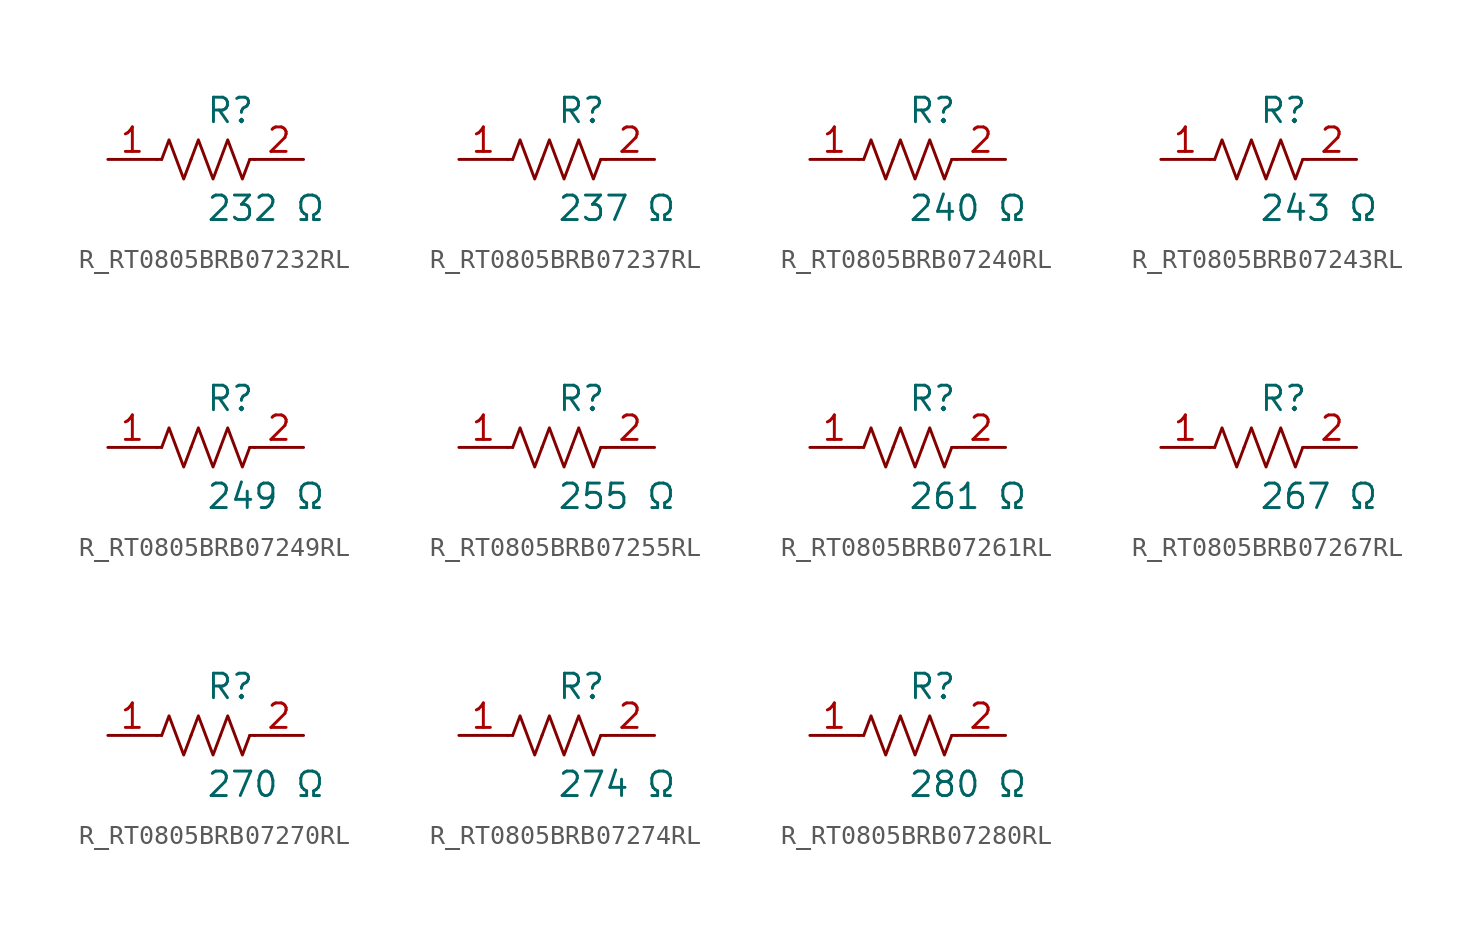
<source format=kicad_sym>
(kicad_symbol_lib
  (version 20231120)
  (generator kicad_symbol_editor)
  (generator_version 8.0)
  (symbol "R_RT0805BRB07232RL"
    (pin_names
      (offset 0.254))
    (property "Reference" "R"
      (at 0.0 2.54 0)
      (effects (font (size 1.27 1.27)) (justify left)))
    (property "Value" "232 Ω"
      (at 0.0 -2.54 0)
      (effects (font (size 1.27 1.27)) (justify left)))
    (symbol "R_RT0805BRB07232RL_0_1"
      (polyline (pts (xy 2.286 0) (xy 2.54 0)) (stroke (width 0) (type default)) (fill (type none)))
      (polyline (pts (xy -2.286 0) (xy -2.54 0)) (stroke (width 0) (type default)) (fill (type none)))
      (polyline (pts (xy 0.762 0) (xy 1.143 1.016) (xy 1.524 0) (xy 1.905 -1.016) (xy 2.286 0)) (stroke (width 0) (type default)) (fill (type none)))
      (polyline (pts (xy -0.762 0) (xy -0.381 1.016) (xy 0 0) (xy 0.381 -1.016) (xy 0.762 0)) (stroke (width 0) (type default)) (fill (type none)))
      (polyline (pts (xy -2.286 0) (xy -1.905 1.016) (xy -1.524 0) (xy -1.143 -1.016) (xy -0.762 0)) (stroke (width 0) (type default)) (fill (type none))))
    (pin unspecified line
      (at -5.08 0 0)
      (length 2.54)
      (name "" (effects (font (size 1.27 1.27))))
      (number "1" (effects (font (size 1.27 1.27)))))
    (pin unspecified line
      (at 5.08 0 180)
      (length 2.54)
      (name "" (effects (font (size 1.27 1.27))))
      (number "2" (effects (font (size 1.27 1.27))))))
  (symbol "R_RT0805BRB07237RL"
    (pin_names
      (offset 0.254))
    (property "Reference" "R"
      (at 0.0 2.54 0)
      (effects (font (size 1.27 1.27)) (justify left)))
    (property "Value" "237 Ω"
      (at 0.0 -2.54 0)
      (effects (font (size 1.27 1.27)) (justify left)))
    (symbol "R_RT0805BRB07237RL_0_1"
      (polyline (pts (xy 2.286 0) (xy 2.54 0)) (stroke (width 0) (type default)) (fill (type none)))
      (polyline (pts (xy -2.286 0) (xy -2.54 0)) (stroke (width 0) (type default)) (fill (type none)))
      (polyline (pts (xy 0.762 0) (xy 1.143 1.016) (xy 1.524 0) (xy 1.905 -1.016) (xy 2.286 0)) (stroke (width 0) (type default)) (fill (type none)))
      (polyline (pts (xy -0.762 0) (xy -0.381 1.016) (xy 0 0) (xy 0.381 -1.016) (xy 0.762 0)) (stroke (width 0) (type default)) (fill (type none)))
      (polyline (pts (xy -2.286 0) (xy -1.905 1.016) (xy -1.524 0) (xy -1.143 -1.016) (xy -0.762 0)) (stroke (width 0) (type default)) (fill (type none))))
    (pin unspecified line
      (at -5.08 0 0)
      (length 2.54)
      (name "" (effects (font (size 1.27 1.27))))
      (number "1" (effects (font (size 1.27 1.27)))))
    (pin unspecified line
      (at 5.08 0 180)
      (length 2.54)
      (name "" (effects (font (size 1.27 1.27))))
      (number "2" (effects (font (size 1.27 1.27))))))
  (symbol "R_RT0805BRB07240RL"
    (pin_names
      (offset 0.254))
    (property "Reference" "R"
      (at 0.0 2.54 0)
      (effects (font (size 1.27 1.27)) (justify left)))
    (property "Value" "240 Ω"
      (at 0.0 -2.54 0)
      (effects (font (size 1.27 1.27)) (justify left)))
    (symbol "R_RT0805BRB07240RL_0_1"
      (polyline (pts (xy 2.286 0) (xy 2.54 0)) (stroke (width 0) (type default)) (fill (type none)))
      (polyline (pts (xy -2.286 0) (xy -2.54 0)) (stroke (width 0) (type default)) (fill (type none)))
      (polyline (pts (xy 0.762 0) (xy 1.143 1.016) (xy 1.524 0) (xy 1.905 -1.016) (xy 2.286 0)) (stroke (width 0) (type default)) (fill (type none)))
      (polyline (pts (xy -0.762 0) (xy -0.381 1.016) (xy 0 0) (xy 0.381 -1.016) (xy 0.762 0)) (stroke (width 0) (type default)) (fill (type none)))
      (polyline (pts (xy -2.286 0) (xy -1.905 1.016) (xy -1.524 0) (xy -1.143 -1.016) (xy -0.762 0)) (stroke (width 0) (type default)) (fill (type none))))
    (pin unspecified line
      (at -5.08 0 0)
      (length 2.54)
      (name "" (effects (font (size 1.27 1.27))))
      (number "1" (effects (font (size 1.27 1.27)))))
    (pin unspecified line
      (at 5.08 0 180)
      (length 2.54)
      (name "" (effects (font (size 1.27 1.27))))
      (number "2" (effects (font (size 1.27 1.27))))))
  (symbol "R_RT0805BRB07243RL"
    (pin_names
      (offset 0.254))
    (property "Reference" "R"
      (at 0.0 2.54 0)
      (effects (font (size 1.27 1.27)) (justify left)))
    (property "Value" "243 Ω"
      (at 0.0 -2.54 0)
      (effects (font (size 1.27 1.27)) (justify left)))
    (symbol "R_RT0805BRB07243RL_0_1"
      (polyline (pts (xy 2.286 0) (xy 2.54 0)) (stroke (width 0) (type default)) (fill (type none)))
      (polyline (pts (xy -2.286 0) (xy -2.54 0)) (stroke (width 0) (type default)) (fill (type none)))
      (polyline (pts (xy 0.762 0) (xy 1.143 1.016) (xy 1.524 0) (xy 1.905 -1.016) (xy 2.286 0)) (stroke (width 0) (type default)) (fill (type none)))
      (polyline (pts (xy -0.762 0) (xy -0.381 1.016) (xy 0 0) (xy 0.381 -1.016) (xy 0.762 0)) (stroke (width 0) (type default)) (fill (type none)))
      (polyline (pts (xy -2.286 0) (xy -1.905 1.016) (xy -1.524 0) (xy -1.143 -1.016) (xy -0.762 0)) (stroke (width 0) (type default)) (fill (type none))))
    (pin unspecified line
      (at -5.08 0 0)
      (length 2.54)
      (name "" (effects (font (size 1.27 1.27))))
      (number "1" (effects (font (size 1.27 1.27)))))
    (pin unspecified line
      (at 5.08 0 180)
      (length 2.54)
      (name "" (effects (font (size 1.27 1.27))))
      (number "2" (effects (font (size 1.27 1.27))))))
  (symbol "R_RT0805BRB07249RL"
    (pin_names
      (offset 0.254))
    (property "Reference" "R"
      (at 0.0 2.54 0)
      (effects (font (size 1.27 1.27)) (justify left)))
    (property "Value" "249 Ω"
      (at 0.0 -2.54 0)
      (effects (font (size 1.27 1.27)) (justify left)))
    (symbol "R_RT0805BRB07249RL_0_1"
      (polyline (pts (xy 2.286 0) (xy 2.54 0)) (stroke (width 0) (type default)) (fill (type none)))
      (polyline (pts (xy -2.286 0) (xy -2.54 0)) (stroke (width 0) (type default)) (fill (type none)))
      (polyline (pts (xy 0.762 0) (xy 1.143 1.016) (xy 1.524 0) (xy 1.905 -1.016) (xy 2.286 0)) (stroke (width 0) (type default)) (fill (type none)))
      (polyline (pts (xy -0.762 0) (xy -0.381 1.016) (xy 0 0) (xy 0.381 -1.016) (xy 0.762 0)) (stroke (width 0) (type default)) (fill (type none)))
      (polyline (pts (xy -2.286 0) (xy -1.905 1.016) (xy -1.524 0) (xy -1.143 -1.016) (xy -0.762 0)) (stroke (width 0) (type default)) (fill (type none))))
    (pin unspecified line
      (at -5.08 0 0)
      (length 2.54)
      (name "" (effects (font (size 1.27 1.27))))
      (number "1" (effects (font (size 1.27 1.27)))))
    (pin unspecified line
      (at 5.08 0 180)
      (length 2.54)
      (name "" (effects (font (size 1.27 1.27))))
      (number "2" (effects (font (size 1.27 1.27))))))
  (symbol "R_RT0805BRB07255RL"
    (pin_names
      (offset 0.254))
    (property "Reference" "R"
      (at 0.0 2.54 0)
      (effects (font (size 1.27 1.27)) (justify left)))
    (property "Value" "255 Ω"
      (at 0.0 -2.54 0)
      (effects (font (size 1.27 1.27)) (justify left)))
    (symbol "R_RT0805BRB07255RL_0_1"
      (polyline (pts (xy 2.286 0) (xy 2.54 0)) (stroke (width 0) (type default)) (fill (type none)))
      (polyline (pts (xy -2.286 0) (xy -2.54 0)) (stroke (width 0) (type default)) (fill (type none)))
      (polyline (pts (xy 0.762 0) (xy 1.143 1.016) (xy 1.524 0) (xy 1.905 -1.016) (xy 2.286 0)) (stroke (width 0) (type default)) (fill (type none)))
      (polyline (pts (xy -0.762 0) (xy -0.381 1.016) (xy 0 0) (xy 0.381 -1.016) (xy 0.762 0)) (stroke (width 0) (type default)) (fill (type none)))
      (polyline (pts (xy -2.286 0) (xy -1.905 1.016) (xy -1.524 0) (xy -1.143 -1.016) (xy -0.762 0)) (stroke (width 0) (type default)) (fill (type none))))
    (pin unspecified line
      (at -5.08 0 0)
      (length 2.54)
      (name "" (effects (font (size 1.27 1.27))))
      (number "1" (effects (font (size 1.27 1.27)))))
    (pin unspecified line
      (at 5.08 0 180)
      (length 2.54)
      (name "" (effects (font (size 1.27 1.27))))
      (number "2" (effects (font (size 1.27 1.27))))))
  (symbol "R_RT0805BRB07261RL"
    (pin_names
      (offset 0.254))
    (property "Reference" "R"
      (at 0.0 2.54 0)
      (effects (font (size 1.27 1.27)) (justify left)))
    (property "Value" "261 Ω"
      (at 0.0 -2.54 0)
      (effects (font (size 1.27 1.27)) (justify left)))
    (symbol "R_RT0805BRB07261RL_0_1"
      (polyline (pts (xy 2.286 0) (xy 2.54 0)) (stroke (width 0) (type default)) (fill (type none)))
      (polyline (pts (xy -2.286 0) (xy -2.54 0)) (stroke (width 0) (type default)) (fill (type none)))
      (polyline (pts (xy 0.762 0) (xy 1.143 1.016) (xy 1.524 0) (xy 1.905 -1.016) (xy 2.286 0)) (stroke (width 0) (type default)) (fill (type none)))
      (polyline (pts (xy -0.762 0) (xy -0.381 1.016) (xy 0 0) (xy 0.381 -1.016) (xy 0.762 0)) (stroke (width 0) (type default)) (fill (type none)))
      (polyline (pts (xy -2.286 0) (xy -1.905 1.016) (xy -1.524 0) (xy -1.143 -1.016) (xy -0.762 0)) (stroke (width 0) (type default)) (fill (type none))))
    (pin unspecified line
      (at -5.08 0 0)
      (length 2.54)
      (name "" (effects (font (size 1.27 1.27))))
      (number "1" (effects (font (size 1.27 1.27)))))
    (pin unspecified line
      (at 5.08 0 180)
      (length 2.54)
      (name "" (effects (font (size 1.27 1.27))))
      (number "2" (effects (font (size 1.27 1.27))))))
  (symbol "R_RT0805BRB07267RL"
    (pin_names
      (offset 0.254))
    (property "Reference" "R"
      (at 0.0 2.54 0)
      (effects (font (size 1.27 1.27)) (justify left)))
    (property "Value" "267 Ω"
      (at 0.0 -2.54 0)
      (effects (font (size 1.27 1.27)) (justify left)))
    (symbol "R_RT0805BRB07267RL_0_1"
      (polyline (pts (xy 2.286 0) (xy 2.54 0)) (stroke (width 0) (type default)) (fill (type none)))
      (polyline (pts (xy -2.286 0) (xy -2.54 0)) (stroke (width 0) (type default)) (fill (type none)))
      (polyline (pts (xy 0.762 0) (xy 1.143 1.016) (xy 1.524 0) (xy 1.905 -1.016) (xy 2.286 0)) (stroke (width 0) (type default)) (fill (type none)))
      (polyline (pts (xy -0.762 0) (xy -0.381 1.016) (xy 0 0) (xy 0.381 -1.016) (xy 0.762 0)) (stroke (width 0) (type default)) (fill (type none)))
      (polyline (pts (xy -2.286 0) (xy -1.905 1.016) (xy -1.524 0) (xy -1.143 -1.016) (xy -0.762 0)) (stroke (width 0) (type default)) (fill (type none))))
    (pin unspecified line
      (at -5.08 0 0)
      (length 2.54)
      (name "" (effects (font (size 1.27 1.27))))
      (number "1" (effects (font (size 1.27 1.27)))))
    (pin unspecified line
      (at 5.08 0 180)
      (length 2.54)
      (name "" (effects (font (size 1.27 1.27))))
      (number "2" (effects (font (size 1.27 1.27))))))
  (symbol "R_RT0805BRB07270RL"
    (pin_names
      (offset 0.254))
    (property "Reference" "R"
      (at 0.0 2.54 0)
      (effects (font (size 1.27 1.27)) (justify left)))
    (property "Value" "270 Ω"
      (at 0.0 -2.54 0)
      (effects (font (size 1.27 1.27)) (justify left)))
    (symbol "R_RT0805BRB07270RL_0_1"
      (polyline (pts (xy 2.286 0) (xy 2.54 0)) (stroke (width 0) (type default)) (fill (type none)))
      (polyline (pts (xy -2.286 0) (xy -2.54 0)) (stroke (width 0) (type default)) (fill (type none)))
      (polyline (pts (xy 0.762 0) (xy 1.143 1.016) (xy 1.524 0) (xy 1.905 -1.016) (xy 2.286 0)) (stroke (width 0) (type default)) (fill (type none)))
      (polyline (pts (xy -0.762 0) (xy -0.381 1.016) (xy 0 0) (xy 0.381 -1.016) (xy 0.762 0)) (stroke (width 0) (type default)) (fill (type none)))
      (polyline (pts (xy -2.286 0) (xy -1.905 1.016) (xy -1.524 0) (xy -1.143 -1.016) (xy -0.762 0)) (stroke (width 0) (type default)) (fill (type none))))
    (pin unspecified line
      (at -5.08 0 0)
      (length 2.54)
      (name "" (effects (font (size 1.27 1.27))))
      (number "1" (effects (font (size 1.27 1.27)))))
    (pin unspecified line
      (at 5.08 0 180)
      (length 2.54)
      (name "" (effects (font (size 1.27 1.27))))
      (number "2" (effects (font (size 1.27 1.27))))))
  (symbol "R_RT0805BRB07274RL"
    (pin_names
      (offset 0.254))
    (property "Reference" "R"
      (at 0.0 2.54 0)
      (effects (font (size 1.27 1.27)) (justify left)))
    (property "Value" "274 Ω"
      (at 0.0 -2.54 0)
      (effects (font (size 1.27 1.27)) (justify left)))
    (symbol "R_RT0805BRB07274RL_0_1"
      (polyline (pts (xy 2.286 0) (xy 2.54 0)) (stroke (width 0) (type default)) (fill (type none)))
      (polyline (pts (xy -2.286 0) (xy -2.54 0)) (stroke (width 0) (type default)) (fill (type none)))
      (polyline (pts (xy 0.762 0) (xy 1.143 1.016) (xy 1.524 0) (xy 1.905 -1.016) (xy 2.286 0)) (stroke (width 0) (type default)) (fill (type none)))
      (polyline (pts (xy -0.762 0) (xy -0.381 1.016) (xy 0 0) (xy 0.381 -1.016) (xy 0.762 0)) (stroke (width 0) (type default)) (fill (type none)))
      (polyline (pts (xy -2.286 0) (xy -1.905 1.016) (xy -1.524 0) (xy -1.143 -1.016) (xy -0.762 0)) (stroke (width 0) (type default)) (fill (type none))))
    (pin unspecified line
      (at -5.08 0 0)
      (length 2.54)
      (name "" (effects (font (size 1.27 1.27))))
      (number "1" (effects (font (size 1.27 1.27)))))
    (pin unspecified line
      (at 5.08 0 180)
      (length 2.54)
      (name "" (effects (font (size 1.27 1.27))))
      (number "2" (effects (font (size 1.27 1.27))))))
  (symbol "R_RT0805BRB07280RL"
    (pin_names
      (offset 0.254))
    (property "Reference" "R"
      (at 0.0 2.54 0)
      (effects (font (size 1.27 1.27)) (justify left)))
    (property "Value" "280 Ω"
      (at 0.0 -2.54 0)
      (effects (font (size 1.27 1.27)) (justify left)))
    (symbol "R_RT0805BRB07280RL_0_1"
      (polyline (pts (xy 2.286 0) (xy 2.54 0)) (stroke (width 0) (type default)) (fill (type none)))
      (polyline (pts (xy -2.286 0) (xy -2.54 0)) (stroke (width 0) (type default)) (fill (type none)))
      (polyline (pts (xy 0.762 0) (xy 1.143 1.016) (xy 1.524 0) (xy 1.905 -1.016) (xy 2.286 0)) (stroke (width 0) (type default)) (fill (type none)))
      (polyline (pts (xy -0.762 0) (xy -0.381 1.016) (xy 0 0) (xy 0.381 -1.016) (xy 0.762 0)) (stroke (width 0) (type default)) (fill (type none)))
      (polyline (pts (xy -2.286 0) (xy -1.905 1.016) (xy -1.524 0) (xy -1.143 -1.016) (xy -0.762 0)) (stroke (width 0) (type default)) (fill (type none))))
    (pin unspecified line
      (at -5.08 0 0)
      (length 2.54)
      (name "" (effects (font (size 1.27 1.27))))
      (number "1" (effects (font (size 1.27 1.27)))))
    (pin unspecified line
      (at 5.08 0 180)
      (length 2.54)
      (name "" (effects (font (size 1.27 1.27))))
      (number "2" (effects (font (size 1.27 1.27)))))))
</source>
